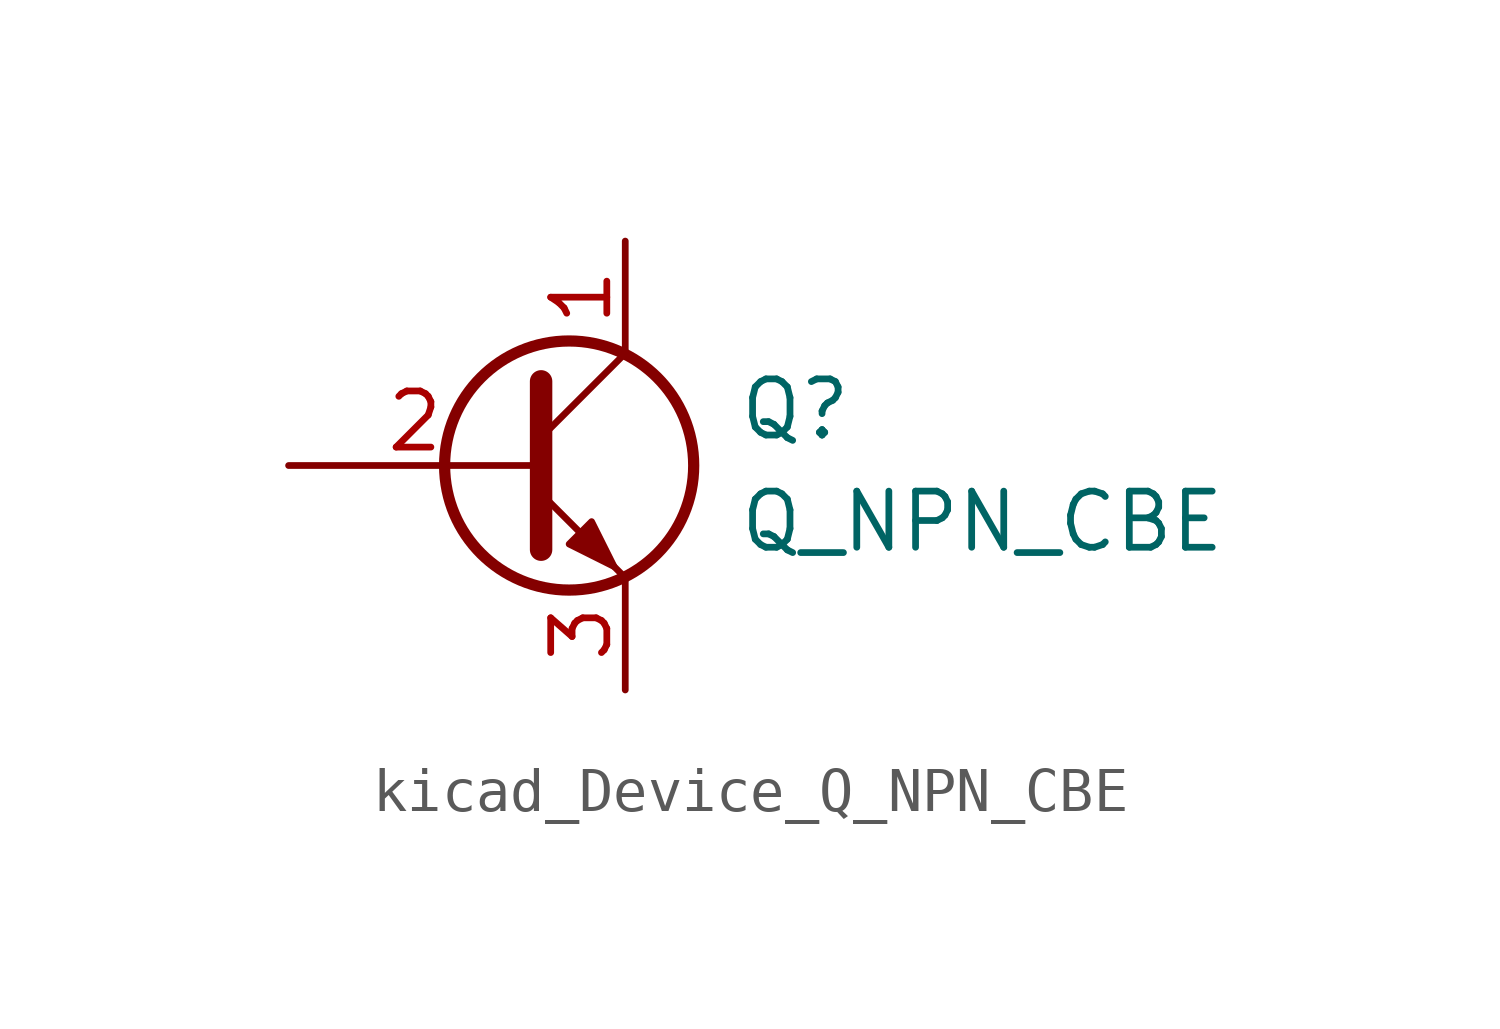
<source format=kicad_sym>
(kicad_symbol_lib
  (version 20220914)
  (generator kicad_symbol_editor)
  (symbol "kicad_Device_Q_NPN_CBE"
    (pin_names
      (offset 0) hide)
    (property "Reference" "Q"
      (at 5.08 1.27 0)
      (effects (font (size 1.27 1.27)) (justify left)))
    (property "Value" "Q_NPN_CBE"
      (at 5.08 -1.27 0)
      (effects (font (size 1.27 1.27)) (justify left)))
    (symbol "kicad_Device_Q_NPN_CBE_0_1"
      (polyline (pts (xy 0.635 0.635) (xy 2.54 2.54)) (stroke (width 0) (type default)) (fill (type none)))
      (polyline (pts (xy 0.635 -0.635) (xy 2.54 -2.54) (xy 2.54 -2.54)) (stroke (width 0) (type default)) (fill (type none)))
      (polyline (pts (xy 0.635 1.905) (xy 0.635 -1.905) (xy 0.635 -1.905)) (stroke (width 0.508) (type default)) (fill (type none)))
      (polyline (pts (xy 1.27 -1.778) (xy 1.778 -1.27) (xy 2.286 -2.286) (xy 1.27 -1.778) (xy 1.27 -1.778)) (stroke (width 0) (type default)) (fill (type outline)))
      (circle (center 1.27 0) (radius 2.819) (stroke (width 0.254) (type default)) (fill (type none))))
    (symbol "kicad_Device_Q_NPN_CBE_1_1"
      (pin passive line (at 2.54 5.08 270) (length 2.54) (name "C" (effects (font (size 1.27 1.27)))) (number "1" (effects (font (size 1.27 1.27)))))
      (pin input line (at -5.08 0 0) (length 5.715) (name "B" (effects (font (size 1.27 1.27)))) (number "2" (effects (font (size 1.27 1.27)))))
      (pin passive line (at 2.54 -5.08 90) (length 2.54) (name "E" (effects (font (size 1.27 1.27)))) (number "3" (effects (font (size 1.27 1.27))))))))
</source>
